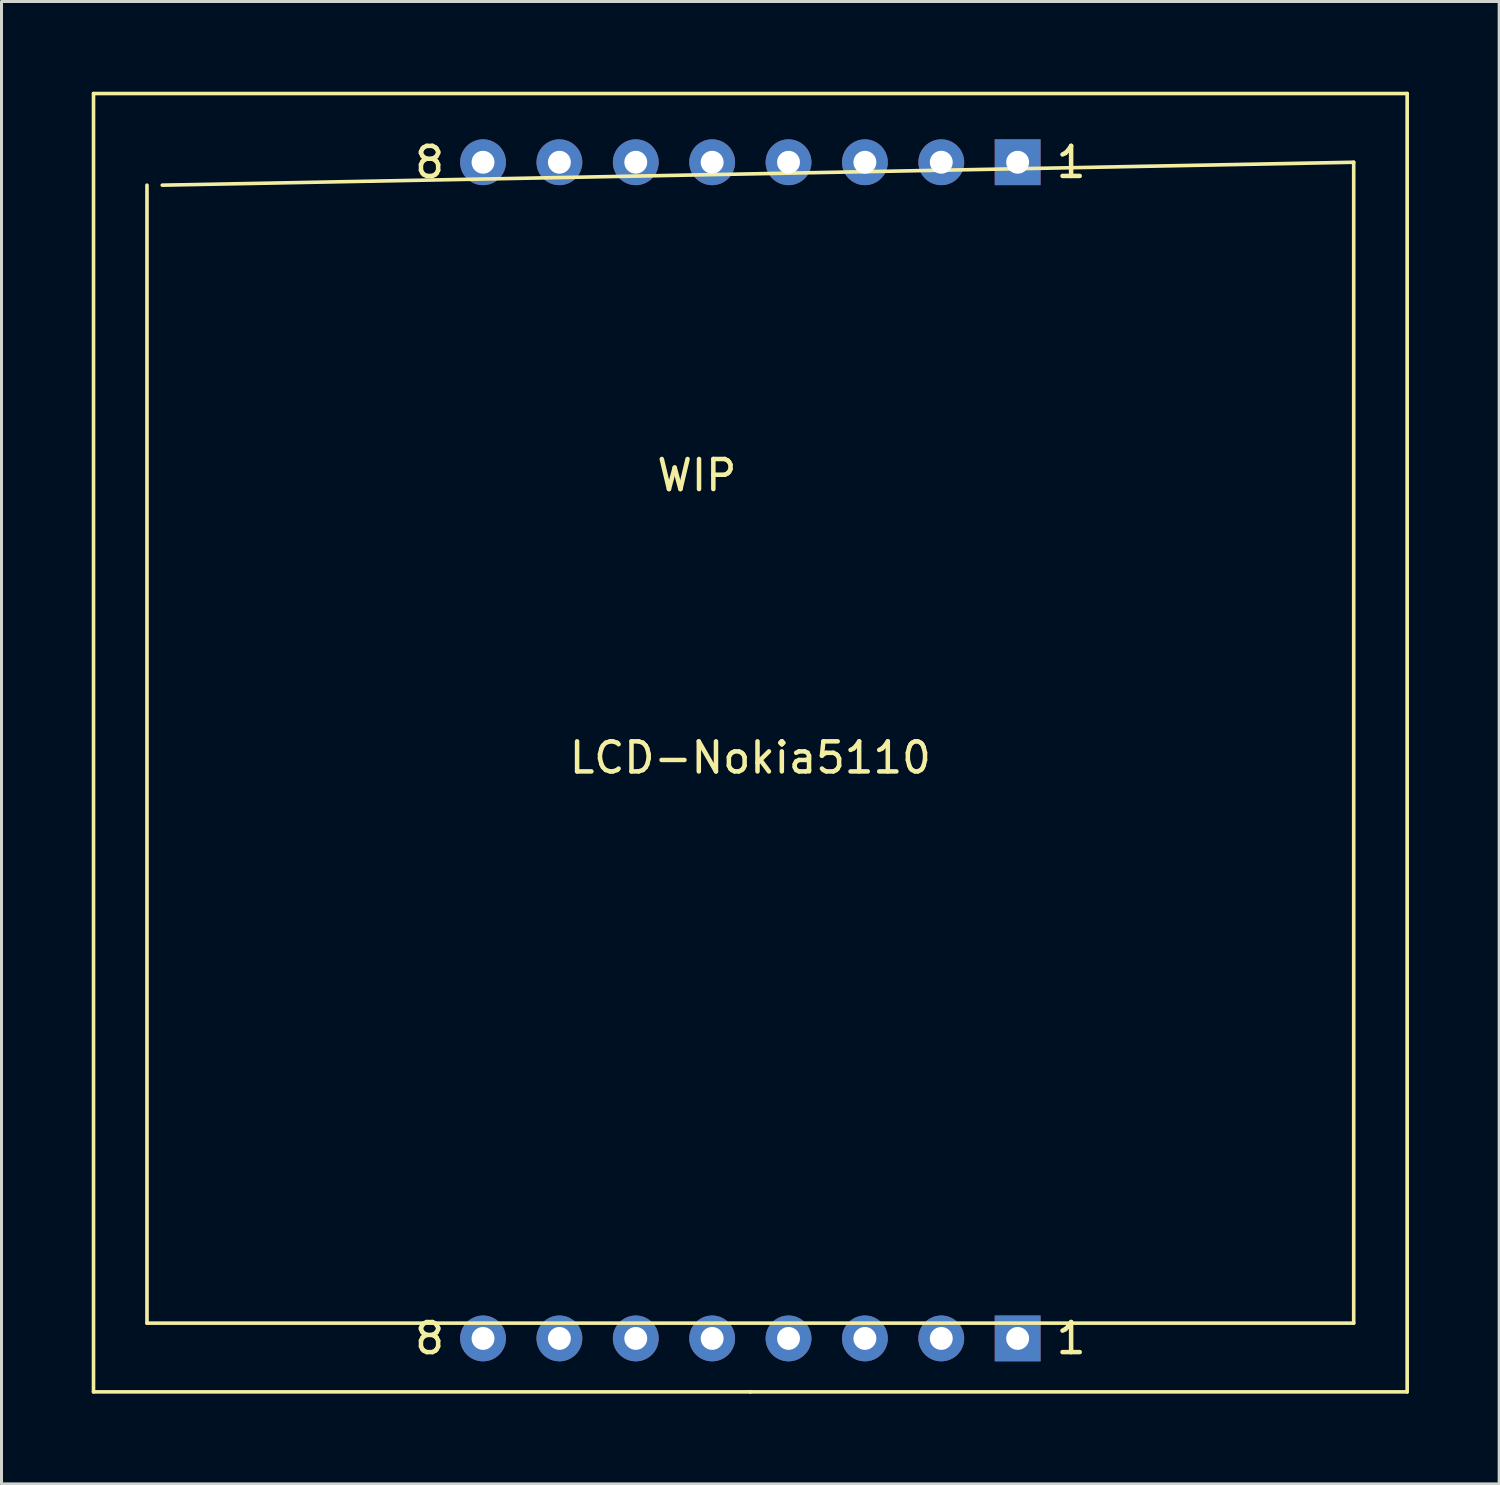
<source format=kicad_pcb>
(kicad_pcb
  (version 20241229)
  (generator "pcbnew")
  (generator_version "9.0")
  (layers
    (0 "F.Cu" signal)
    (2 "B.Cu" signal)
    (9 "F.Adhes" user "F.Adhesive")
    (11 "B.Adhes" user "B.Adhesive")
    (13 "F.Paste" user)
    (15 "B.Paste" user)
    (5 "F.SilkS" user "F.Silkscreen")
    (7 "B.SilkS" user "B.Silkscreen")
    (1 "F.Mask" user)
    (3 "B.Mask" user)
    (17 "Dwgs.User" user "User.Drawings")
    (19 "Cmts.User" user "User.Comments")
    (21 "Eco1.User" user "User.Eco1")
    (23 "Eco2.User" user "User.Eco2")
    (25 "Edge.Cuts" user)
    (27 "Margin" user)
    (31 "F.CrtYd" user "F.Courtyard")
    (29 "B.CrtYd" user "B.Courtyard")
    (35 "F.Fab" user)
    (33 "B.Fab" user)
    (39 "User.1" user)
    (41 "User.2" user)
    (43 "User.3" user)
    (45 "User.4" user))
  (footprint "LCD-Nokia5110"
    (layer "F.Cu")
    (at 21.904 21.65)
    (property "Reference" "LCD-Nokia5110" (at 0 0.5 0) (layer "F.SilkS") (effects (font (size 1 1) (thickness 0.15))))
    (attr through_hole)
    (fp_line (start -21.844 -21.59) (end -21.844 21.59) (stroke (width 0.12) (type solid)) (layer "F.SilkS"))
    (fp_line (start -21.844 21.59) (end 0 21.59) (stroke (width 0.12) (type solid)) (layer "F.SilkS"))
    (fp_line (start -20.066 -18.542) (end -20.066 19.304) (stroke (width 0.12) (type solid)) (layer "F.SilkS"))
    (fp_line (start -20.066 19.304) (end 20.066 19.304) (stroke (width 0.12) (type solid)) (layer "F.SilkS"))
    (fp_line (start -19.558 -18.542) (end 20.066 -19.304) (stroke (width 0.12) (type solid)) (layer "F.SilkS"))
    (fp_line (start 0 21.59) (end 21.844 21.59) (stroke (width 0.12) (type solid)) (layer "F.SilkS"))
    (fp_line (start 20.066 -19.304) (end 20.066 19.304) (stroke (width 0.12) (type solid)) (layer "F.SilkS"))
    (fp_line (start 21.844 -21.59) (end -21.844 -21.59) (stroke (width 0.12) (type solid)) (layer "F.SilkS"))
    (fp_line (start 21.844 21.59) (end 21.844 -21.59) (stroke (width 0.12) (type solid)) (layer "F.SilkS"))
    (fp_text user "WIP" (at -1.778 -8.89 0) (layer "F.SilkS") (effects (font (size 1 1) (thickness 0.15))))
    (fp_text user "1" (at 10.668 19.812 0) (layer "F.SilkS") (effects (font (size 1 1) (thickness 0.15))))
    (fp_text user "1" (at 10.668 -19.304 0) (layer "F.SilkS") (effects (font (size 1 1) (thickness 0.15))))
    (fp_text user "8" (at -10.668 19.812 0) (layer "F.SilkS") (effects (font (size 1 1) (thickness 0.15))))
    (fp_text user "8" (at -10.668 -19.304 0) (layer "F.SilkS") (effects (font (size 1 1) (thickness 0.15))))
    (pad "1" thru_hole rect (at 8.89 -19.304) (size 1.524 1.524) (drill 0.762) (layers "*.Cu" "*.Mask"))
    (pad "1" thru_hole rect (at 8.89 19.812) (size 1.524 1.524) (drill 0.762) (layers "*.Cu" "*.Mask"))
    (pad "2" thru_hole circle (at 6.35 -19.304) (size 1.524 1.524) (drill 0.762) (layers "*.Cu" "*.Mask"))
    (pad "2" thru_hole circle (at 6.35 19.812) (size 1.524 1.524) (drill 0.762) (layers "*.Cu" "*.Mask"))
    (pad "3" thru_hole circle (at 3.81 -19.304) (size 1.524 1.524) (drill 0.762) (layers "*.Cu" "*.Mask"))
    (pad "3" thru_hole circle (at 3.81 19.812) (size 1.524 1.524) (drill 0.762) (layers "*.Cu" "*.Mask"))
    (pad "4" thru_hole circle (at 1.27 -19.304) (size 1.524 1.524) (drill 0.762) (layers "*.Cu" "*.Mask"))
    (pad "4" thru_hole circle (at 1.27 19.812) (size 1.524 1.524) (drill 0.762) (layers "*.Cu" "*.Mask"))
    (pad "5" thru_hole circle (at -1.27 -19.304 90) (size 1.524 1.524) (drill 0.762) (layers "*.Cu" "*.Mask"))
    (pad "5" thru_hole circle (at -1.27 19.812 90) (size 1.524 1.524) (drill 0.762) (layers "*.Cu" "*.Mask"))
    (pad "6" thru_hole circle (at -3.81 -19.304) (size 1.524 1.524) (drill 0.762) (layers "*.Cu" "*.Mask"))
    (pad "6" thru_hole circle (at -3.81 19.812) (size 1.524 1.524) (drill 0.762) (layers "*.Cu" "*.Mask"))
    (pad "7" thru_hole circle (at -6.35 -19.304) (size 1.524 1.524) (drill 0.762) (layers "*.Cu" "*.Mask"))
    (pad "7" thru_hole circle (at -6.35 19.812) (size 1.524 1.524) (drill 0.762) (layers "*.Cu" "*.Mask"))
    (pad "8" thru_hole circle (at -8.89 -19.304) (size 1.524 1.524) (drill 0.762) (layers "*.Cu" "*.Mask"))
    (pad "8" thru_hole circle (at -8.89 19.812) (size 1.524 1.524) (drill 0.762) (layers "*.Cu" "*.Mask")))
  (gr_rect
    (start -3 -3)
    (end 46.808 46.3)
    (stroke (width 0.1) (type default))
    (fill no)
    (layer "Edge.Cuts")))
</source>
